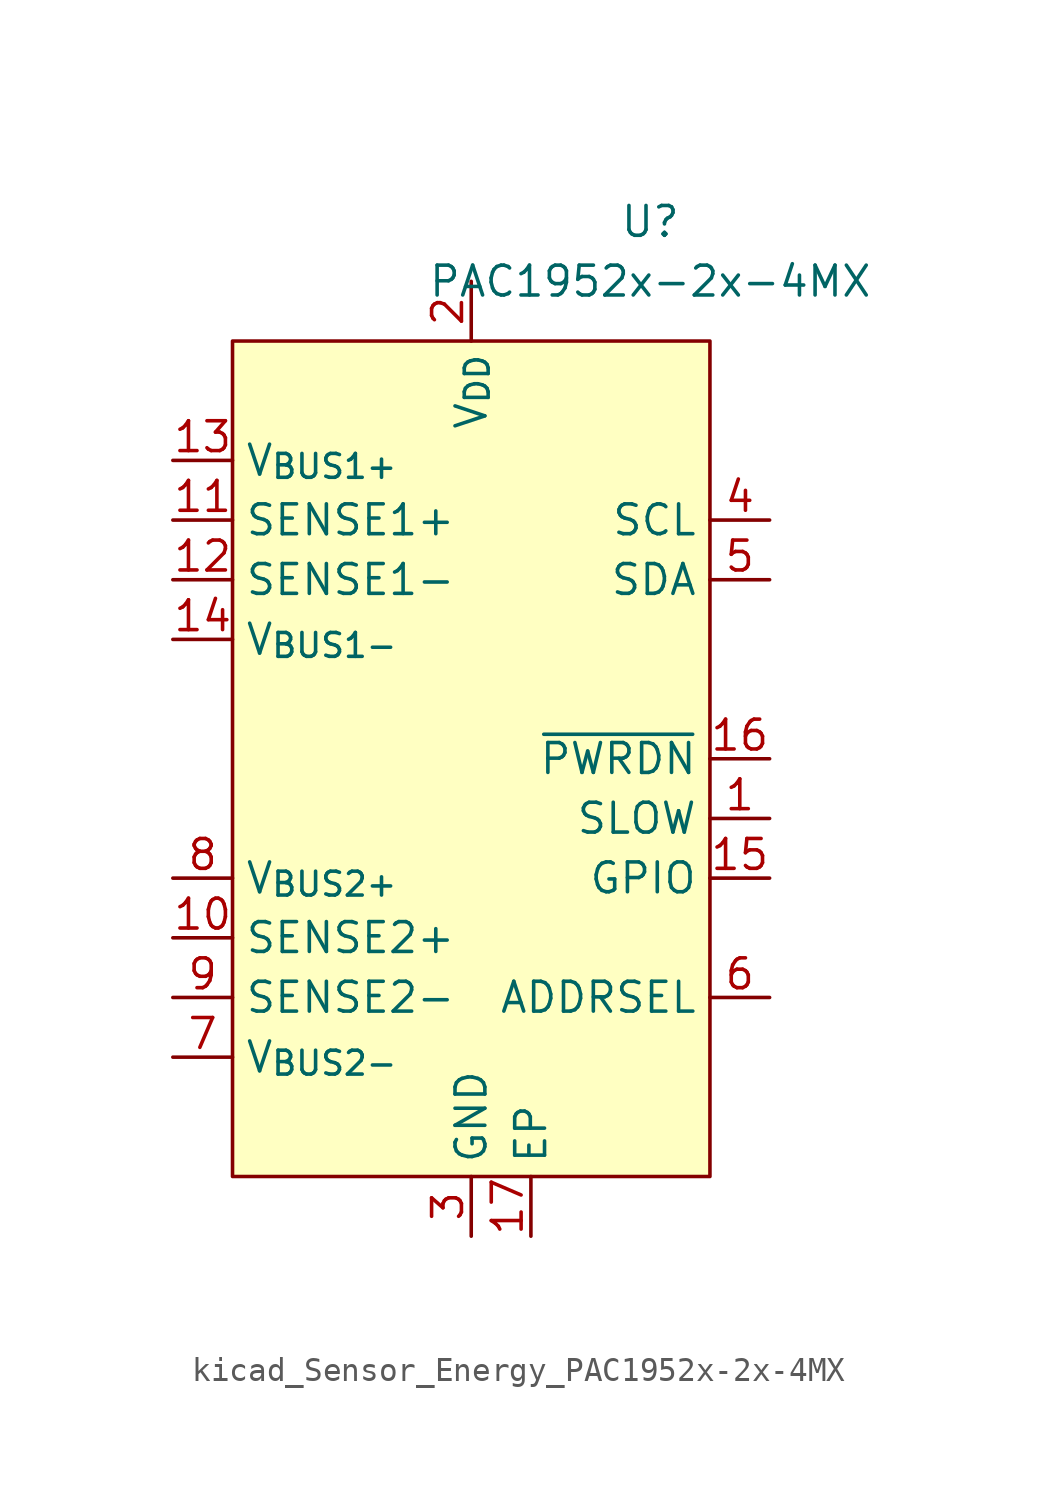
<source format=kicad_sym>
(kicad_symbol_lib
  (version 20220914)
  (generator kicad_symbol_editor)
  (symbol "kicad_Sensor_Energy_PAC1952x-2x-4MX"
    (property "Reference" "U"
      (at 7.62 22.86 0)
      (effects (font (size 1.27 1.27))))
    (property "Value" "PAC1952x-2x-4MX"
      (at 7.62 20.32 0)
      (effects (font (size 1.27 1.27))))
    (symbol "kicad_Sensor_Energy_PAC1952x-2x-4MX_0_0"
      (pin input line (at 12.7 -2.54 180) (length 2.54) (name "SLOW" (effects (font (size 1.27 1.27)))) (number "1" (effects (font (size 1.27 1.27)))) (alternate "GPIO" bidirectional line) (alternate "~{ALERT1}" open_collector line))
      (pin input line (at -12.7 -7.62 0) (length 2.54) (name "SENSE2+" (effects (font (size 1.27 1.27)))) (number "10" (effects (font (size 1.27 1.27)))))
      (pin input line (at -12.7 10.16 0) (length 2.54) (name "SENSE1+" (effects (font (size 1.27 1.27)))) (number "11" (effects (font (size 1.27 1.27)))))
      (pin input line (at -12.7 7.62 0) (length 2.54) (name "SENSE1-" (effects (font (size 1.27 1.27)))) (number "12" (effects (font (size 1.27 1.27)))))
      (pin input line (at -12.7 12.7 0) (length 2.54) (name "V_{BUS1+}" (effects (font (size 1.27 1.27)))) (number "13" (effects (font (size 1.27 1.27)))))
      (pin input line (at -12.7 5.08 0) (length 2.54) (name "V_{BUS1-}" (effects (font (size 1.27 1.27)))) (number "14" (effects (font (size 1.27 1.27)))))
      (pin bidirectional line (at 12.7 -5.08 180) (length 2.54) (name "GPIO" (effects (font (size 1.27 1.27)))) (number "15" (effects (font (size 1.27 1.27)))) (alternate "~{ALERT2}" open_collector line))
      (pin input line (at 12.7 0 180) (length 2.54) (name "~{PWRDN}" (effects (font (size 1.27 1.27)))) (number "16" (effects (font (size 1.27 1.27)))))
      (pin passive line (at 2.54 -20.32 90) (length 2.54) (name "EP" (effects (font (size 1.27 1.27)))) (number "17" (effects (font (size 1.27 1.27)))))
      (pin power_in line (at 0 20.32 270) (length 2.54) (name "V_{DD}" (effects (font (size 1.27 1.27)))) (number "2" (effects (font (size 1.27 1.27)))))
      (pin power_in line (at 0 -20.32 90) (length 2.54) (name "GND" (effects (font (size 1.27 1.27)))) (number "3" (effects (font (size 1.27 1.27)))))
      (pin input line (at 12.7 10.16 180) (length 2.54) (name "SCL" (effects (font (size 1.27 1.27)))) (number "4" (effects (font (size 1.27 1.27)))) (alternate "SM_CLK" input line))
      (pin bidirectional line (at 12.7 7.62 180) (length 2.54) (name "SDA" (effects (font (size 1.27 1.27)))) (number "5" (effects (font (size 1.27 1.27)))) (alternate "SM_DATA" bidirectional line))
      (pin passive line (at 12.7 -10.16 180) (length 2.54) (name "ADDRSEL" (effects (font (size 1.27 1.27)))) (number "6" (effects (font (size 1.27 1.27)))))
      (pin input line (at -12.7 -12.7 0) (length 2.54) (name "V_{BUS2-}" (effects (font (size 1.27 1.27)))) (number "7" (effects (font (size 1.27 1.27)))))
      (pin input line (at -12.7 -5.08 0) (length 2.54) (name "V_{BUS2+}" (effects (font (size 1.27 1.27)))) (number "8" (effects (font (size 1.27 1.27)))))
      (pin input line (at -12.7 -10.16 0) (length 2.54) (name "SENSE2-" (effects (font (size 1.27 1.27)))) (number "9" (effects (font (size 1.27 1.27))))))
    (symbol "kicad_Sensor_Energy_PAC1952x-2x-4MX_0_1"
      (rectangle (start -10.16 17.78) (end 10.16 -17.78) (stroke (width 0) (type default)) (fill (type background))))))
</source>
